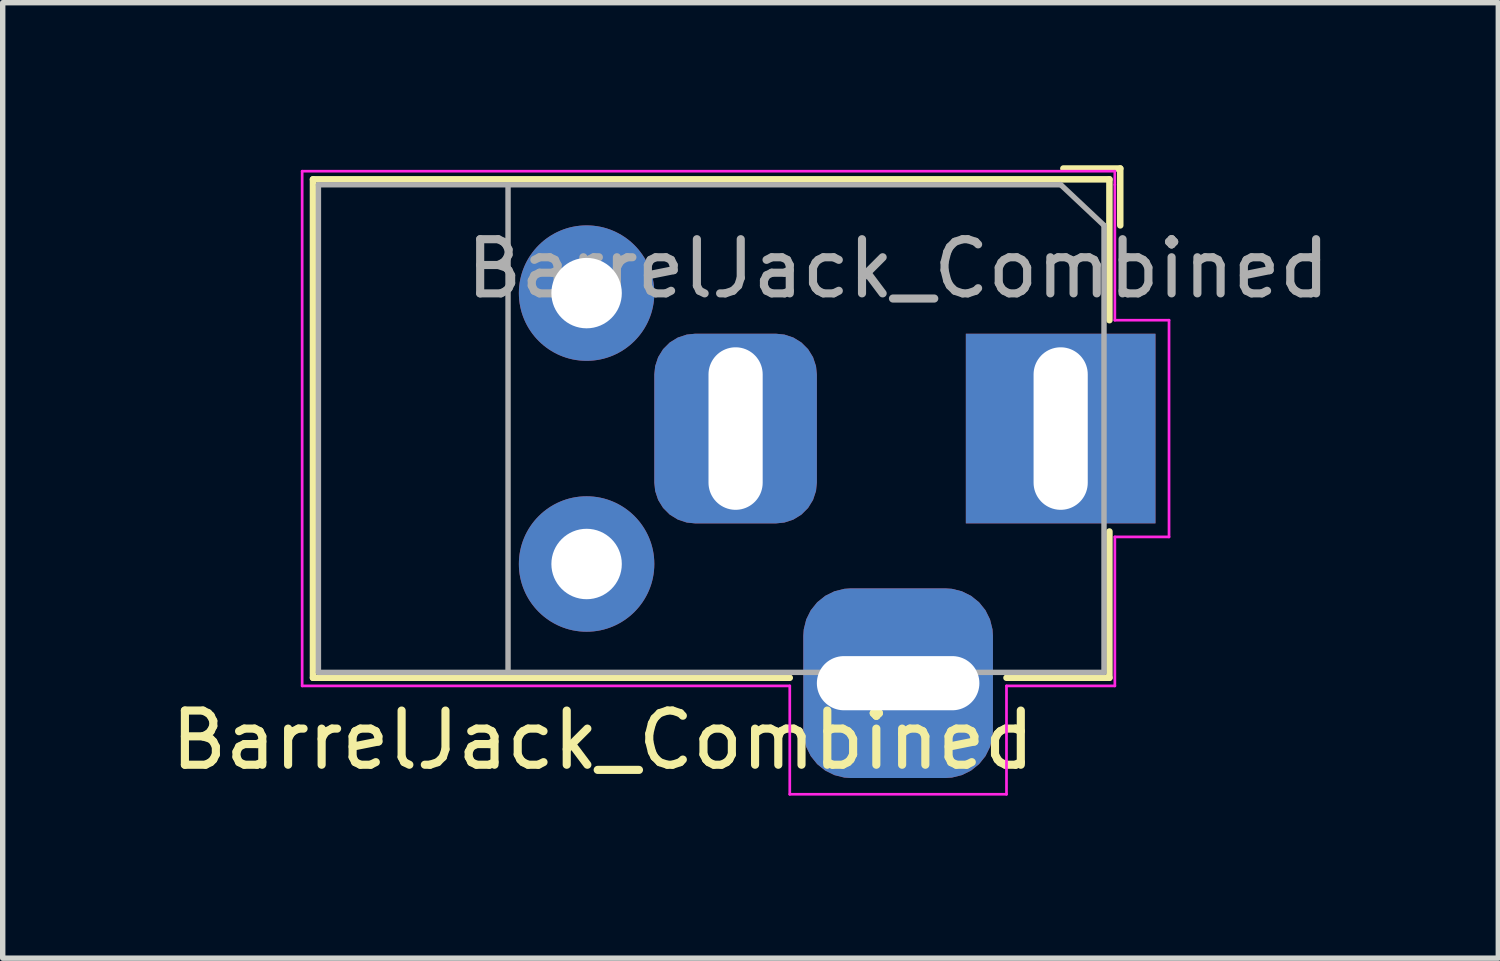
<source format=kicad_pcb>
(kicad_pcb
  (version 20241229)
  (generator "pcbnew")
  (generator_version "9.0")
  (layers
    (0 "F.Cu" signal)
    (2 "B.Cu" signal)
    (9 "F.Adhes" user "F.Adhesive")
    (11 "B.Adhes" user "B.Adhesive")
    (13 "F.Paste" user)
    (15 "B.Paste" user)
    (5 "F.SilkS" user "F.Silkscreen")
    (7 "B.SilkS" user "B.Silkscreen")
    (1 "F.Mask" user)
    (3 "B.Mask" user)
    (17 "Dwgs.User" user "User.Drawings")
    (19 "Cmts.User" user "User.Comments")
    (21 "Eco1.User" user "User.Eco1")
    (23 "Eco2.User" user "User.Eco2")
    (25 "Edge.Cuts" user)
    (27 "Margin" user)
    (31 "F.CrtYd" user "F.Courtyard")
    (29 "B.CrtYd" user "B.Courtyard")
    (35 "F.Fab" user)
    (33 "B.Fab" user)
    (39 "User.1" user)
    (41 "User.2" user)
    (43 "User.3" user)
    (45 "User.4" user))
  (footprint "BarrelJack_Combined"
    (layer "F.Cu")
    (at 16.527 4.86)
    (property "Reference" "BarrelJack_Combined" (at -8.45 5.75 0) (layer "F.SilkS") (effects (font (size 1 1) (thickness 0.15))))
    (attr through_hole)
    (fp_line (start -13.8 -4.6) (end 0.9 -4.6) (stroke (width 0.12) (type solid)) (layer "F.SilkS"))
    (fp_line (start -13.8 4.6) (end -13.8 -4.6) (stroke (width 0.12) (type solid)) (layer "F.SilkS"))
    (fp_line (start -5 4.6) (end -13.8 4.6) (stroke (width 0.12) (type solid)) (layer "F.SilkS"))
    (fp_line (start 0.05 -4.8) (end 1.1 -4.8) (stroke (width 0.12) (type solid)) (layer "F.SilkS"))
    (fp_line (start 0.9 -4.6) (end 0.9 -2) (stroke (width 0.12) (type solid)) (layer "F.SilkS"))
    (fp_line (start 0.9 1.9) (end 0.9 4.6) (stroke (width 0.12) (type solid)) (layer "F.SilkS"))
    (fp_line (start 0.9 4.6) (end -1 4.6) (stroke (width 0.12) (type solid)) (layer "F.SilkS"))
    (fp_line (start 1.1 -3.75) (end 1.1 -4.8) (stroke (width 0.12) (type solid)) (layer "F.SilkS"))
    (fp_line (start -14 4.75) (end -14 -4.75) (stroke (width 0.05) (type solid)) (layer "F.CrtYd"))
    (fp_line (start -5 4.75) (end -14 4.75) (stroke (width 0.05) (type solid)) (layer "F.CrtYd"))
    (fp_line (start -5 6.75) (end -5 4.75) (stroke (width 0.05) (type solid)) (layer "F.CrtYd"))
    (fp_line (start -1 4.75) (end -1 6.75) (stroke (width 0.05) (type solid)) (layer "F.CrtYd"))
    (fp_line (start -1 6.75) (end -5 6.75) (stroke (width 0.05) (type solid)) (layer "F.CrtYd"))
    (fp_line (start 1 -4.75) (end -14 -4.75) (stroke (width 0.05) (type solid)) (layer "F.CrtYd"))
    (fp_line (start 1 -4.5) (end 1 -4.75) (stroke (width 0.05) (type solid)) (layer "F.CrtYd"))
    (fp_line (start 1 -4.5) (end 1 -2) (stroke (width 0.05) (type solid)) (layer "F.CrtYd"))
    (fp_line (start 1 -2) (end 2 -2) (stroke (width 0.05) (type solid)) (layer "F.CrtYd"))
    (fp_line (start 1 2) (end 1 4.75) (stroke (width 0.05) (type solid)) (layer "F.CrtYd"))
    (fp_line (start 1 4.75) (end -1 4.75) (stroke (width 0.05) (type solid)) (layer "F.CrtYd"))
    (fp_line (start 2 -2) (end 2 2) (stroke (width 0.05) (type solid)) (layer "F.CrtYd"))
    (fp_line (start 2 2) (end 1 2) (stroke (width 0.05) (type solid)) (layer "F.CrtYd"))
    (fp_line (start -13.7 -4.5) (end -13.7 4.5) (stroke (width 0.1) (type solid)) (layer "F.Fab"))
    (fp_line (start -13.7 4.5) (end 0.8 4.5) (stroke (width 0.1) (type solid)) (layer "F.Fab"))
    (fp_line (start -10.2 -4.5) (end -10.2 4.5) (stroke (width 0.1) (type solid)) (layer "F.Fab"))
    (fp_line (start -0.003 -4.505) (end 0.8 -3.75) (stroke (width 0.1) (type solid)) (layer "F.Fab"))
    (fp_line (start 0 -4.5) (end -13.7 -4.5) (stroke (width 0.1) (type solid)) (layer "F.Fab"))
    (fp_line (start 0.8 4.5) (end 0.8 -3.75) (stroke (width 0.1) (type solid)) (layer "F.Fab"))
    (fp_text user "${REFERENCE}" (at -3 -2.95 0) (layer "F.Fab") (effects (font (size 1 1) (thickness 0.15))))
    (pad "1" thru_hole circle (at -8.75 -2.5) (size 2.5 2.5) (drill 1.3) (layers "*.Cu" "*.Mask"))
    (pad "1" thru_hole rect (at 0 0) (size 3.5 3.5) (drill oval 1 3) (layers "*.Cu" "*.Mask"))
    (pad "2" thru_hole circle (at -8.75 2.5) (size 2.5 2.5) (drill 1.3) (layers "*.Cu" "*.Mask"))
    (pad "2" thru_hole roundrect (at -6 0) (size 3 3.5) (drill oval 1 3) (layers "*.Cu" "*.Mask") (roundrect_rratio 0.25))
    (pad "3" thru_hole roundrect (at -3 4.7) (size 3.5 3.5) (drill oval 3 1) (layers "*.Cu" "*.Mask") (roundrect_rratio 0.25)))
  (gr_rect
    (start -3 -3)
    (end 24.605 14.635)
    (stroke (width 0.1) (type default))
    (fill no)
    (layer "Edge.Cuts")))
</source>
